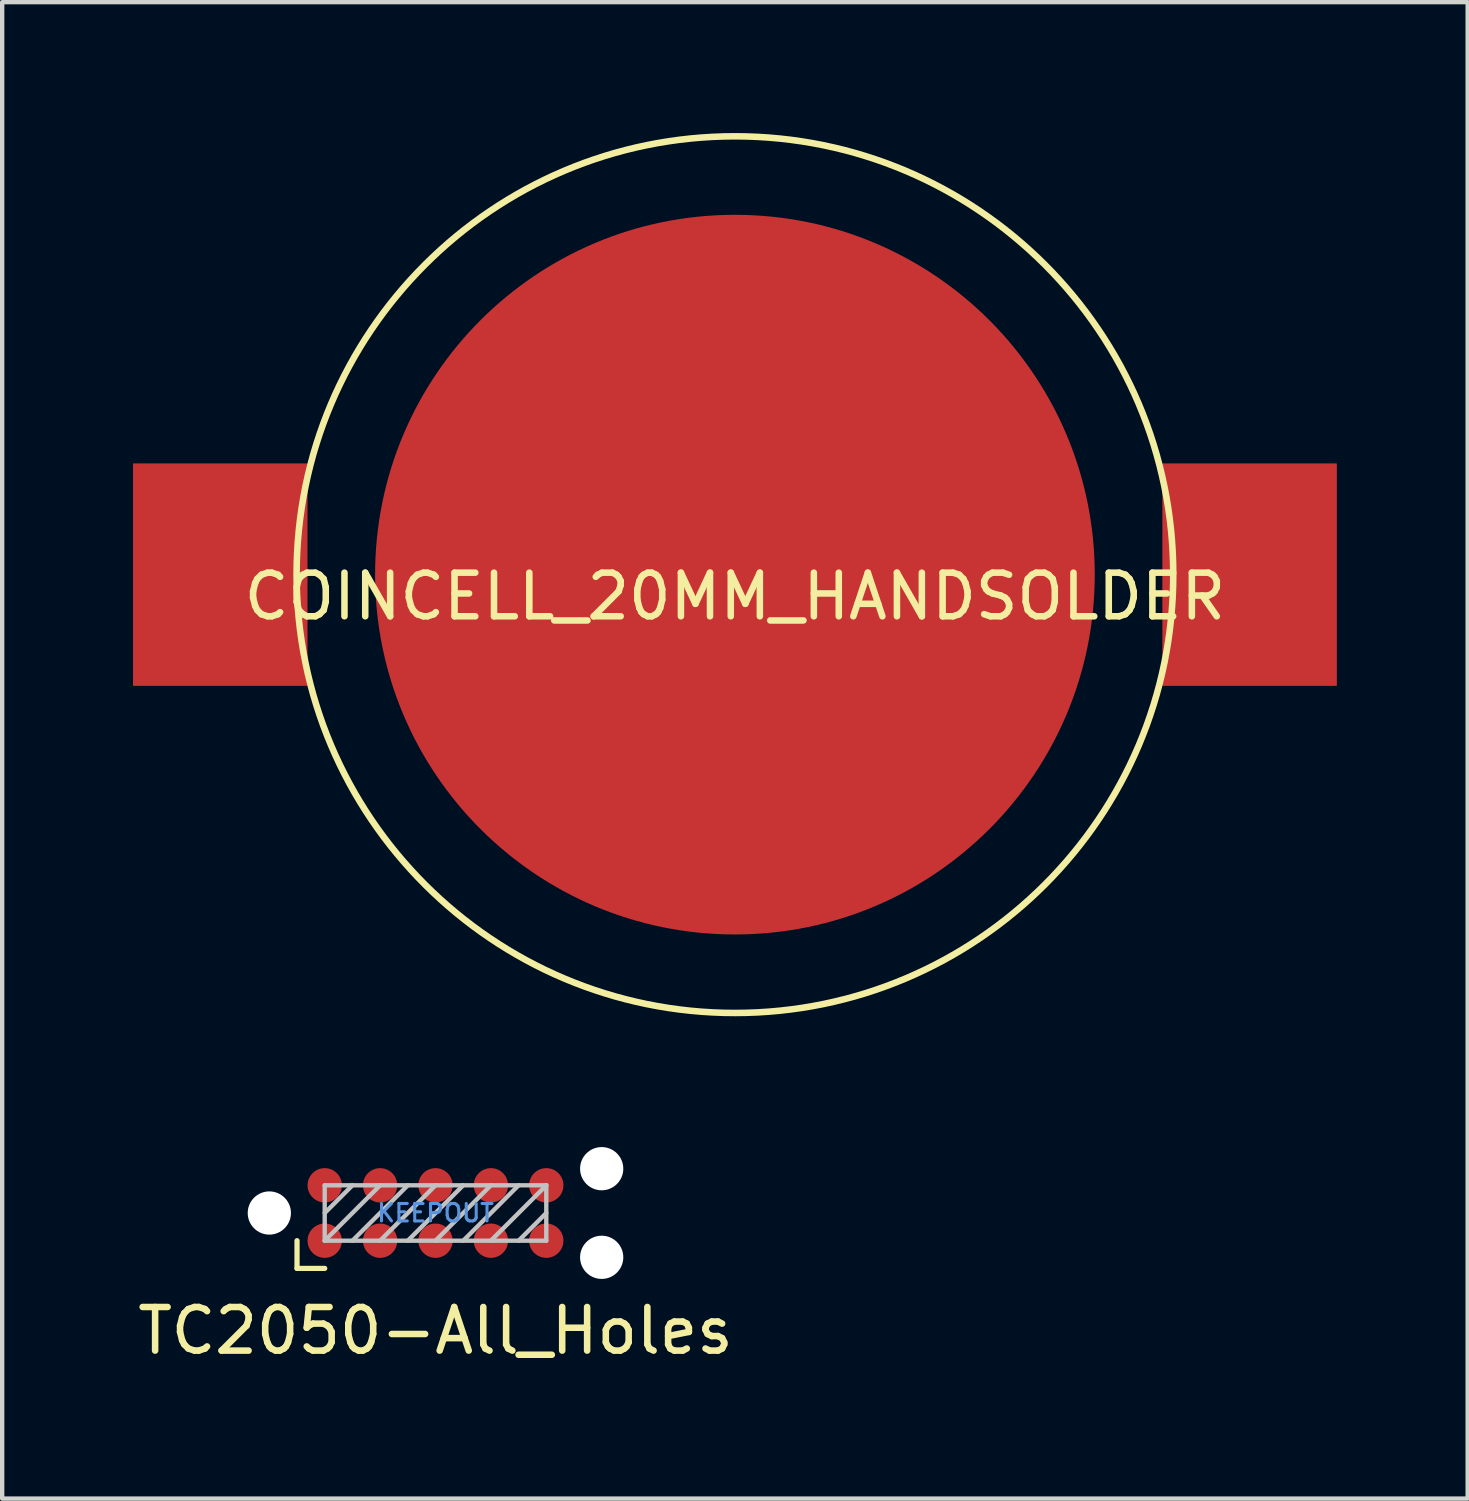
<source format=kicad_pcb>
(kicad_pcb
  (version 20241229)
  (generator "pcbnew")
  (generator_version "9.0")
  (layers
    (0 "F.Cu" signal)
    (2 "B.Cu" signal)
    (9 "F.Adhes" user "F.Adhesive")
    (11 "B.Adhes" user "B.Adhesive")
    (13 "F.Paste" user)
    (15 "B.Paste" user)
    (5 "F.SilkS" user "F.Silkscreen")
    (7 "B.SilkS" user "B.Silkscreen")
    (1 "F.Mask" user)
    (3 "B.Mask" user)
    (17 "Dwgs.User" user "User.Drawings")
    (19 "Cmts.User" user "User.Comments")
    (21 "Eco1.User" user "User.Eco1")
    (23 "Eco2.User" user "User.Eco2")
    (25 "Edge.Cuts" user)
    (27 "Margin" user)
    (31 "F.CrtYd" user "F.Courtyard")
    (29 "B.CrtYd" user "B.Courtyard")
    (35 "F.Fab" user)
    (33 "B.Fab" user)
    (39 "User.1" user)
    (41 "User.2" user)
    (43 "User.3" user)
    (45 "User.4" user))
  (footprint "TC2050-All_Holes"
    (layer "F.Cu")
    (at 6.935 24.761)
    (property "Reference" "TC2050-All_Holes" (at 0 2.7 0) (layer "F.SilkS") (effects (font (size 1 1) (thickness 0.15))))
    (attr exclude_from_pos_files exclude_from_bom)
    (fp_line (start -3.175 1.27) (end -3.175 0.635) (stroke (width 0.12) (type solid)) (layer "F.SilkS"))
    (fp_line (start -2.54 1.27) (end -3.175 1.27) (stroke (width 0.12) (type solid)) (layer "F.SilkS"))
    (fp_line (start -2.54 -0.635) (end 2.54 -0.635) (stroke (width 0.1) (type solid)) (layer "Dwgs.User"))
    (fp_line (start -2.54 0) (end -1.905 -0.635) (stroke (width 0.1) (type solid)) (layer "Dwgs.User"))
    (fp_line (start -2.54 0.635) (end -2.54 -0.635) (stroke (width 0.1) (type solid)) (layer "Dwgs.User"))
    (fp_line (start -2.54 0.635) (end -1.27 -0.635) (stroke (width 0.1) (type solid)) (layer "Dwgs.User"))
    (fp_line (start -1.905 0.635) (end -0.635 -0.635) (stroke (width 0.1) (type solid)) (layer "Dwgs.User"))
    (fp_line (start -1.27 0.635) (end 0 -0.635) (stroke (width 0.1) (type solid)) (layer "Dwgs.User"))
    (fp_line (start -0.635 0.635) (end 0.635 -0.635) (stroke (width 0.1) (type solid)) (layer "Dwgs.User"))
    (fp_line (start 0 0.635) (end 1.27 -0.635) (stroke (width 0.1) (type solid)) (layer "Dwgs.User"))
    (fp_line (start 0.635 0.635) (end 1.905 -0.635) (stroke (width 0.1) (type solid)) (layer "Dwgs.User"))
    (fp_line (start 1.27 0.635) (end 2.54 -0.635) (stroke (width 0.1) (type solid)) (layer "Dwgs.User"))
    (fp_line (start 1.905 0.635) (end 2.54 0) (stroke (width 0.1) (type solid)) (layer "Dwgs.User"))
    (fp_line (start 2.54 -0.635) (end 2.54 0.635) (stroke (width 0.1) (type solid)) (layer "Dwgs.User"))
    (fp_line (start 2.54 0.635) (end -2.54 0.635) (stroke (width 0.1) (type solid)) (layer "Dwgs.User"))
    (fp_text user "KEEPOUT" (at 0 0 0) (layer "Cmts.User") (effects (font (size 0.4 0.4) (thickness 0.07))))
    (pad "" np_thru_hole circle (at -3.81 0) (size 0.991 0.991) (drill 0.991) (layers "*.Cu" "*.Mask"))
    (pad "" np_thru_hole circle (at 3.81 -1.016) (size 0.991 0.991) (drill 0.991) (layers "*.Cu" "*.Mask"))
    (pad "" np_thru_hole circle (at 3.81 1.016) (size 0.991 0.991) (drill 0.991) (layers "*.Cu" "*.Mask"))
    (pad "1" connect circle (at -2.54 0.635) (size 0.787 0.787) (layers "F.Cu" "F.Mask"))
    (pad "2" connect circle (at -1.27 0.635) (size 0.787 0.787) (layers "F.Cu" "F.Mask"))
    (pad "3" connect circle (at 0 0.635) (size 0.787 0.787) (layers "F.Cu" "F.Mask"))
    (pad "4" connect circle (at 1.27 0.635) (size 0.787 0.787) (layers "F.Cu" "F.Mask"))
    (pad "5" connect circle (at 2.54 0.635) (size 0.787 0.787) (layers "F.Cu" "F.Mask"))
    (pad "6" connect circle (at 2.54 -0.635) (size 0.787 0.787) (layers "F.Cu" "F.Mask"))
    (pad "7" connect circle (at 1.27 -0.635) (size 0.787 0.787) (layers "F.Cu" "F.Mask"))
    (pad "8" connect circle (at 0 -0.635) (size 0.787 0.787) (layers "F.Cu" "F.Mask"))
    (pad "9" connect circle (at -1.27 -0.635) (size 0.787 0.787) (layers "F.Cu" "F.Mask"))
    (pad "10" connect circle (at -2.54 -0.635) (size 0.787 0.787) (layers "F.Cu" "F.Mask")))
  (footprint "COINCELL_20MM_HANDSOLDER"
    (layer "F.Cu")
    (at 13.8 10.125)
    (property "Reference" "COINCELL_20MM_HANDSOLDER" (at 0 0.5 0) (layer "F.SilkS") (effects (font (size 1 1) (thickness 0.15))))
    (attr through_hole)
    (fp_circle (center 0 0) (end -1 10) (stroke (width 0.15) (type solid)) (fill no) (layer "F.SilkS"))
    (pad "1" smd rect (at -11.8 0) (size 4 5.1) (layers "F.Cu" "F.Mask" "F.Paste"))
    (pad "1" smd rect (at 11.8 0) (size 4 5.1) (layers "F.Cu" "F.Mask" "F.Paste"))
    (pad "2" smd circle (at 0 0) (size 16.5 16.5) (layers "F.Cu" "F.Mask" "F.Paste")))
  (gr_rect
    (start -3 -3)
    (end 30.6 31.309)
    (stroke (width 0.1) (type default))
    (fill no)
    (layer "Edge.Cuts")))
</source>
